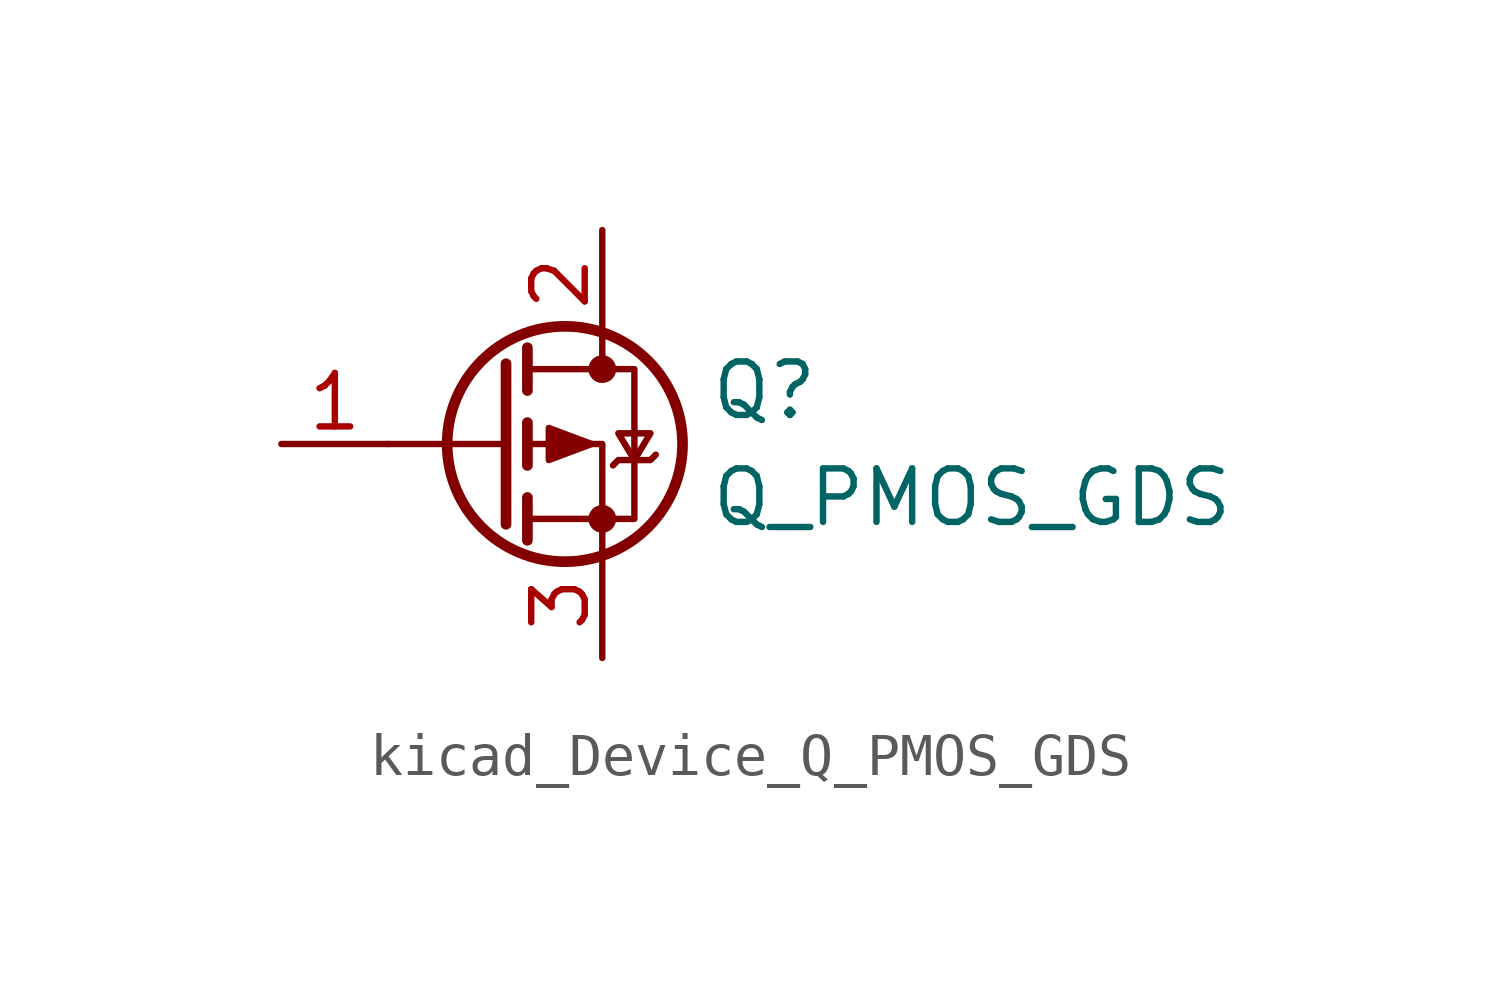
<source format=kicad_sym>
(kicad_symbol_lib
  (version 20220914)
  (generator kicad_symbol_editor)
  (symbol "kicad_Device_Q_PMOS_GDS"
    (pin_names
      (offset 0) hide)
    (property "Reference" "Q"
      (at 5.08 1.27 0)
      (effects (font (size 1.27 1.27)) (justify left)))
    (property "Value" "Q_PMOS_GDS"
      (at 5.08 -1.27 0)
      (effects (font (size 1.27 1.27)) (justify left)))
    (symbol "kicad_Device_Q_PMOS_GDS_0_1"
      (polyline (pts (xy 0.254 0) (xy -2.54 0)) (stroke (width 0) (type default)) (fill (type none)))
      (polyline (pts (xy 0.254 1.905) (xy 0.254 -1.905)) (stroke (width 0.254) (type default)) (fill (type none)))
      (polyline (pts (xy 0.762 -1.27) (xy 0.762 -2.286)) (stroke (width 0.254) (type default)) (fill (type none)))
      (polyline (pts (xy 0.762 0.508) (xy 0.762 -0.508)) (stroke (width 0.254) (type default)) (fill (type none)))
      (polyline (pts (xy 0.762 2.286) (xy 0.762 1.27)) (stroke (width 0.254) (type default)) (fill (type none)))
      (polyline (pts (xy 2.54 2.54) (xy 2.54 1.778)) (stroke (width 0) (type default)) (fill (type none)))
      (polyline (pts (xy 2.54 -2.54) (xy 2.54 0) (xy 0.762 0)) (stroke (width 0) (type default)) (fill (type none)))
      (polyline (pts (xy 0.762 1.778) (xy 3.302 1.778) (xy 3.302 -1.778) (xy 0.762 -1.778)) (stroke (width 0) (type default)) (fill (type none)))
      (polyline (pts (xy 2.286 0) (xy 1.27 0.381) (xy 1.27 -0.381) (xy 2.286 0)) (stroke (width 0) (type default)) (fill (type outline)))
      (polyline (pts (xy 2.794 -0.508) (xy 2.921 -0.381) (xy 3.683 -0.381) (xy 3.81 -0.254)) (stroke (width 0) (type default)) (fill (type none)))
      (polyline (pts (xy 3.302 -0.381) (xy 2.921 0.254) (xy 3.683 0.254) (xy 3.302 -0.381)) (stroke (width 0) (type default)) (fill (type none)))
      (circle (center 1.651 0) (radius 2.794) (stroke (width 0.254) (type default)) (fill (type none)))
      (circle (center 2.54 -1.778) (radius 0.254) (stroke (width 0) (type default)) (fill (type outline)))
      (circle (center 2.54 1.778) (radius 0.254) (stroke (width 0) (type default)) (fill (type outline))))
    (symbol "kicad_Device_Q_PMOS_GDS_1_1"
      (pin input line (at -5.08 0 0) (length 2.54) (name "G" (effects (font (size 1.27 1.27)))) (number "1" (effects (font (size 1.27 1.27)))))
      (pin passive line (at 2.54 5.08 270) (length 2.54) (name "D" (effects (font (size 1.27 1.27)))) (number "2" (effects (font (size 1.27 1.27)))))
      (pin passive line (at 2.54 -5.08 90) (length 2.54) (name "S" (effects (font (size 1.27 1.27)))) (number "3" (effects (font (size 1.27 1.27))))))))
</source>
